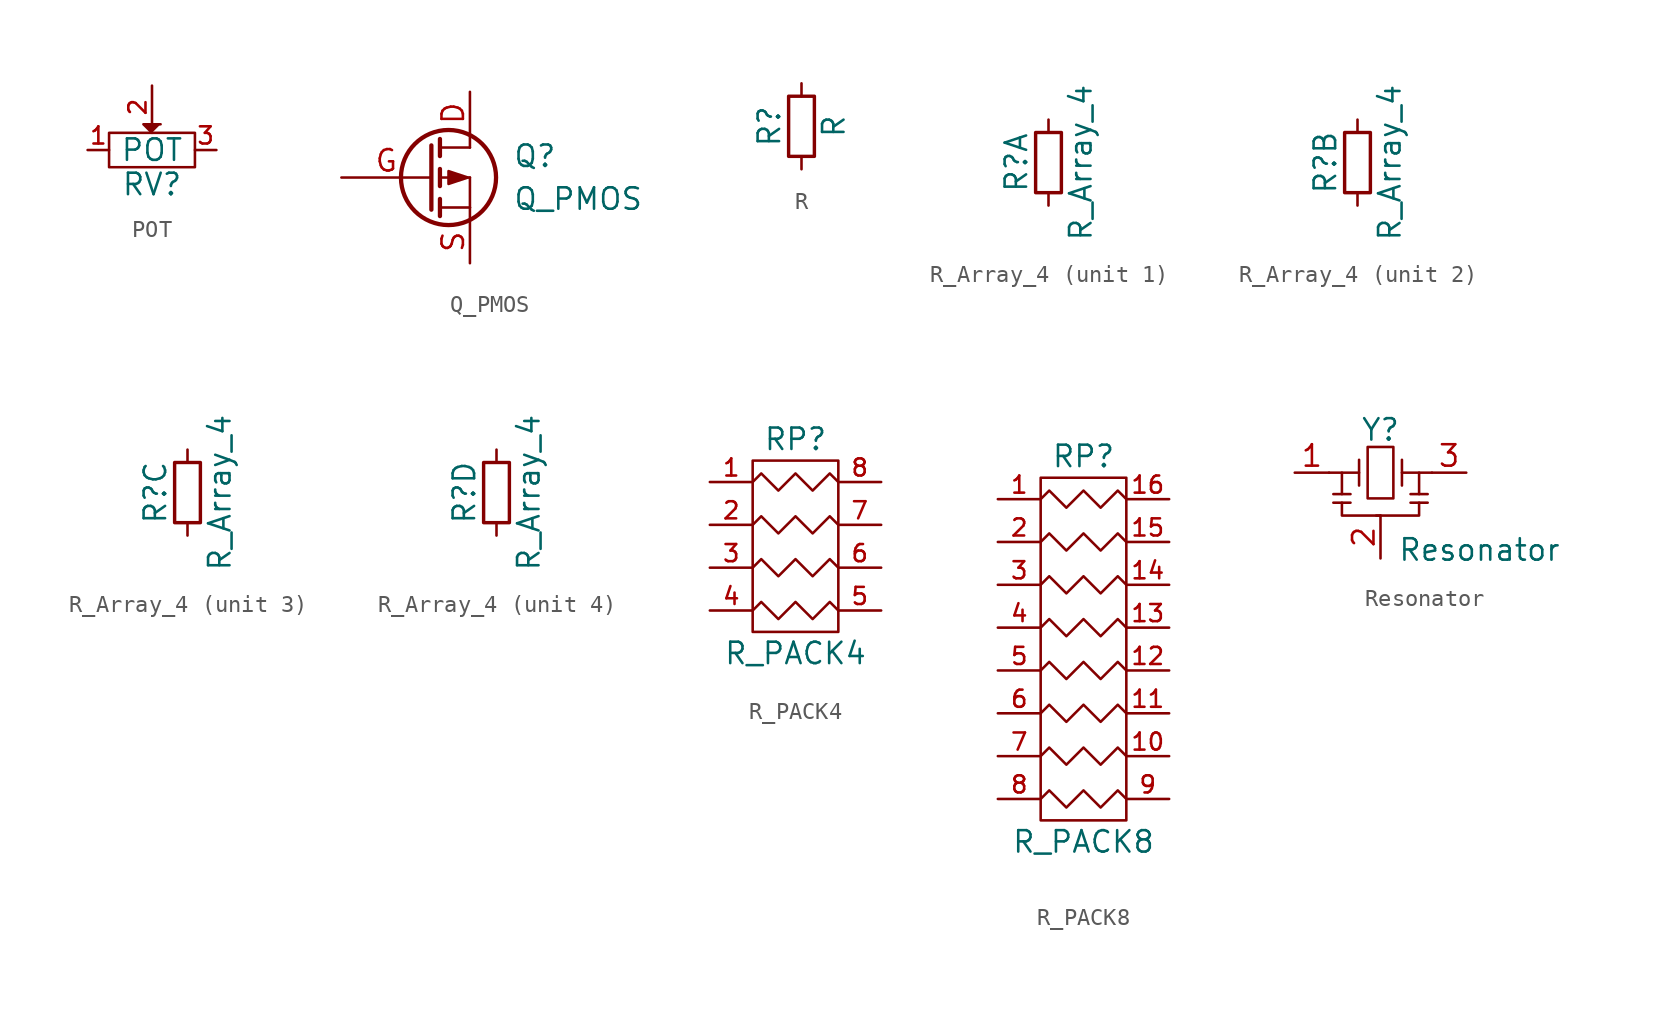
<source format=kicad_sym>
(kicad_symbol_lib
  (version 20220914)
  (generator kicad_symbol_editor)
  (symbol "POT"
    (pin_names
      (offset 1.016) hide)
    (property "Reference" "RV"
      (at 0 -2.032 0)
      (effects (font (size 1.27 1.27))))
    (property "Value" "POT"
      (at 0 0 0)
      (effects (font (size 1.27 1.27))))
    (property "Footprint" ""
      (at 0 0 0)
      (effects (font (size 1.27 1.27))))
    (property "Datasheet" ""
      (at 0 0 0)
      (effects (font (size 1.27 1.27))))
    (symbol "POT_0_1"
      (rectangle (start -2.54 1.016) (end 2.54 -1.016) (stroke (width 0) (type default)) (fill (type none)))
      (polyline (pts (xy 0 1.016) (xy -0.508 1.524) (xy 0.508 1.524)) (stroke (width 0) (type default)) (fill (type outline))))
    (symbol "POT_1_1"
      (pin passive line (at -3.81 0 0) (length 1.27) (name "1" (effects (font (size 1.016 1.016)))) (number "1" (effects (font (size 1.016 1.016)))))
      (pin passive line (at 0 3.81 270) (length 2.54) (name "2" (effects (font (size 1.016 1.016)))) (number "2" (effects (font (size 1.016 1.016)))))
      (pin passive line (at 3.81 0 180) (length 1.27) (name "3" (effects (font (size 1.016 1.016)))) (number "3" (effects (font (size 1.016 1.016)))))))
  (symbol "Q_PMOS"
    (pin_names
      (offset 0) hide)
    (property "Reference" "Q"
      (at 5.08 1.27 0)
      (effects (font (size 1.27 1.27)) (justify left)))
    (property "Value" "Q_PMOS"
      (at 5.08 -1.27 0)
      (effects (font (size 1.27 1.27)) (justify left)))
    (property "Footprint" ""
      (at 5.08 2.54 0)
      (effects (font (size 1.27 1.27))))
    (property "Datasheet" ""
      (at 0 0 0)
      (effects (font (size 1.27 1.27))))
    (symbol "Q_PMOS_0_1"
      (polyline (pts (xy 0.762 -1.778) (xy 2.54 -1.778)) (stroke (width 0) (type default)) (fill (type none)))
      (polyline (pts (xy 0.762 -1.27) (xy 0.762 -2.286)) (stroke (width 0.254) (type default)) (fill (type none)))
      (polyline (pts (xy 0.762 0) (xy 2.54 0)) (stroke (width 0) (type default)) (fill (type none)))
      (polyline (pts (xy 0.762 0.508) (xy 0.762 -0.508)) (stroke (width 0.254) (type default)) (fill (type none)))
      (polyline (pts (xy 0.762 1.778) (xy 2.54 1.778)) (stroke (width 0) (type default)) (fill (type none)))
      (polyline (pts (xy 0.762 2.286) (xy 0.762 1.27)) (stroke (width 0.254) (type default)) (fill (type none)))
      (polyline (pts (xy 2.54 -1.778) (xy 2.54 -2.54)) (stroke (width 0) (type default)) (fill (type none)))
      (polyline (pts (xy 2.54 -1.778) (xy 2.54 0)) (stroke (width 0) (type default)) (fill (type none)))
      (polyline (pts (xy 2.54 2.54) (xy 2.54 1.778)) (stroke (width 0) (type default)) (fill (type none)))
      (polyline (pts (xy 0.254 1.905) (xy 0.254 -1.905) (xy 0.254 -1.905)) (stroke (width 0.254) (type default)) (fill (type none)))
      (circle (center 1.27 0) (radius 2.819) (stroke (width 0.254) (type default)) (fill (type none))))
    (symbol "Q_PMOS_1_1"
      (polyline (pts (xy 2.413 0) (xy 1.27 0.381) (xy 1.27 -0.381) (xy 2.413 0)) (stroke (width 0) (type default)) (fill (type outline)))
      (pin passive line (at 2.54 5.08 270) (length 2.54) (name "D" (effects (font (size 1.27 1.27)))) (number "D" (effects (font (size 1.27 1.27)))))
      (pin input line (at -5.08 0 0) (length 5.334) (name "G" (effects (font (size 1.27 1.27)))) (number "G" (effects (font (size 1.27 1.27)))))
      (pin passive line (at 2.54 -5.08 90) (length 2.54) (name "S" (effects (font (size 1.27 1.27)))) (number "S" (effects (font (size 1.27 1.27)))))))
  (symbol "R"
    (pin_numbers hide)
    (pin_names
      (offset 0.254) hide)
    (property "Reference" "R"
      (at -1.905 0 90)
      (effects (font (size 1.27 1.27))))
    (property "Value" "R"
      (at 1.905 0 90)
      (effects (font (size 1.27 1.27))))
    (symbol "R_0_1"
      (rectangle (start -0.762 1.778) (end 0.762 -1.778) (stroke (width 0.203) (type default)) (fill (type none))))
    (symbol "R_1_1"
      (pin passive line (at 0 2.54 270) (length 0.762) (name "~" (effects (font (size 1.016 1.016)))) (number "1" (effects (font (size 1.016 1.016)))))
      (pin passive line (at 0 -2.54 90) (length 0.762) (name "~" (effects (font (size 1.016 1.016)))) (number "2" (effects (font (size 1.016 1.016)))))))
  (symbol "R_Array_4"
    (pin_numbers hide)
    (pin_names
      (offset 1.016) hide)
    (property "Reference" "R"
      (at -1.905 0 90)
      (effects (font (size 1.27 1.27))))
    (property "Value" "R_Array_4"
      (at 1.905 0 90)
      (effects (font (size 1.27 1.27))))
    (property "ki_locked" ""
      (at 0 0 0)
      (effects (font (size 1.27 1.27))))
    (symbol "R_Array_4_1_1"
      (rectangle (start -0.762 1.778) (end 0.762 -1.778) (stroke (width 0.203) (type default)) (fill (type none)))
      (pin passive line (at 0 2.54 270) (length 0.762) (name "~" (effects (font (size 1.016 1.016)))) (number "1" (effects (font (size 1.016 1.016)))))
      (pin passive line (at 0 -2.54 90) (length 0.762) (name "~" (effects (font (size 1.016 1.016)))) (number "2" (effects (font (size 1.016 1.016))))))
    (symbol "R_Array_4_2_1"
      (rectangle (start -0.762 1.778) (end 0.762 -1.778) (stroke (width 0.203) (type default)) (fill (type none)))
      (pin passive line (at 0 2.54 270) (length 0.762) (name "~" (effects (font (size 1.016 1.016)))) (number "3" (effects (font (size 1.016 1.016)))))
      (pin passive line (at 0 -2.54 90) (length 0.762) (name "~" (effects (font (size 1.016 1.016)))) (number "4" (effects (font (size 1.016 1.016))))))
    (symbol "R_Array_4_3_1"
      (rectangle (start -0.762 1.778) (end 0.762 -1.778) (stroke (width 0.203) (type default)) (fill (type none)))
      (pin passive line (at 0 2.54 270) (length 0.762) (name "~" (effects (font (size 1.016 1.016)))) (number "5" (effects (font (size 1.016 1.016)))))
      (pin passive line (at 0 -2.54 90) (length 0.762) (name "~" (effects (font (size 1.016 1.016)))) (number "6" (effects (font (size 1.016 1.016))))))
    (symbol "R_Array_4_4_1"
      (rectangle (start -0.762 1.778) (end 0.762 -1.778) (stroke (width 0.203) (type default)) (fill (type none)))
      (pin passive line (at 0 2.54 270) (length 0.762) (name "~" (effects (font (size 1.016 1.016)))) (number "7" (effects (font (size 1.016 1.016)))))
      (pin passive line (at 0 -2.54 90) (length 0.762) (name "~" (effects (font (size 1.016 1.016)))) (number "8" (effects (font (size 1.016 1.016)))))))
  (symbol "R_PACK4"
    (pin_names hide)
    (property "Reference" "RP"
      (at 0 11.43 0)
      (effects (font (size 1.27 1.27))))
    (property "Value" "R_PACK4"
      (at 0 -1.27 0)
      (effects (font (size 1.27 1.27))))
    (property "Footprint" ""
      (at 0 0 0)
      (effects (font (size 1.27 1.27))))
    (property "Datasheet" ""
      (at 0 0 0)
      (effects (font (size 1.27 1.27))))
    (symbol "R_PACK4_0_1"
      (polyline (pts (xy -2.54 10.16) (xy -2.54 0) (xy 2.54 0) (xy 2.54 10.16) (xy -2.54 10.16)) (stroke (width 0) (type default)) (fill (type none)))
      (polyline (pts (xy -2.54 1.27) (xy -2.032 1.778) (xy -1.016 0.762) (xy 0 1.778) (xy 1.016 0.762) (xy 2.032 1.778) (xy 2.54 1.27)) (stroke (width 0) (type default)) (fill (type none)))
      (polyline (pts (xy -2.54 3.81) (xy -2.032 4.318) (xy -1.016 3.302) (xy 0 4.318) (xy 1.016 3.302) (xy 2.032 4.318) (xy 2.54 3.81)) (stroke (width 0) (type default)) (fill (type none)))
      (polyline (pts (xy -2.54 6.35) (xy -2.032 6.858) (xy -1.016 5.842) (xy 0 6.858) (xy 1.016 5.842) (xy 2.032 6.858) (xy 2.54 6.35)) (stroke (width 0) (type default)) (fill (type none)))
      (polyline (pts (xy -2.54 8.89) (xy -2.032 9.398) (xy -1.016 8.382) (xy 0 9.398) (xy 1.016 8.382) (xy 2.032 9.398) (xy 2.54 8.89)) (stroke (width 0) (type default)) (fill (type none))))
    (symbol "R_PACK4_1_1"
      (pin passive line (at -5.08 8.89 0) (length 2.54) (name "P1" (effects (font (size 1.016 1.016)))) (number "1" (effects (font (size 1.016 1.016)))))
      (pin passive line (at -5.08 6.35 0) (length 2.54) (name "P2" (effects (font (size 1.016 1.016)))) (number "2" (effects (font (size 1.016 1.016)))))
      (pin passive line (at -5.08 3.81 0) (length 2.54) (name "P3" (effects (font (size 1.016 1.016)))) (number "3" (effects (font (size 1.016 1.016)))))
      (pin passive line (at -5.08 1.27 0) (length 2.54) (name "P4" (effects (font (size 1.016 1.016)))) (number "4" (effects (font (size 1.016 1.016)))))
      (pin passive line (at 5.08 1.27 180) (length 2.54) (name "R4" (effects (font (size 1.016 1.016)))) (number "5" (effects (font (size 1.016 1.016)))))
      (pin passive line (at 5.08 3.81 180) (length 2.54) (name "R3" (effects (font (size 1.016 1.016)))) (number "6" (effects (font (size 1.016 1.016)))))
      (pin passive line (at 5.08 6.35 180) (length 2.54) (name "R2" (effects (font (size 1.016 1.016)))) (number "7" (effects (font (size 1.016 1.016)))))
      (pin passive line (at 5.08 8.89 180) (length 2.54) (name "R1" (effects (font (size 1.016 1.016)))) (number "8" (effects (font (size 1.016 1.016)))))))
  (symbol "R_PACK8"
    (pin_names hide)
    (property "Reference" "RP"
      (at 0 11.43 0)
      (effects (font (size 1.27 1.27))))
    (property "Value" "R_PACK8"
      (at 0 -11.43 0)
      (effects (font (size 1.27 1.27))))
    (property "Footprint" ""
      (at 0 0 0)
      (effects (font (size 1.27 1.27))))
    (property "Datasheet" ""
      (at 0 0 0)
      (effects (font (size 1.27 1.27))))
    (symbol "R_PACK8_0_1"
      (rectangle (start -2.54 10.16) (end 2.54 -10.16) (stroke (width 0) (type default)) (fill (type none)))
      (polyline (pts (xy -2.54 -8.89) (xy -2.032 -8.382) (xy -1.016 -9.398) (xy 0 -8.382) (xy 1.016 -9.398) (xy 2.032 -8.382) (xy 2.54 -8.89)) (stroke (width 0) (type default)) (fill (type none)))
      (polyline (pts (xy -2.54 -6.35) (xy -2.032 -5.842) (xy -1.016 -6.858) (xy 0 -5.842) (xy 1.016 -6.858) (xy 2.032 -5.842) (xy 2.54 -6.35)) (stroke (width 0) (type default)) (fill (type none)))
      (polyline (pts (xy -2.54 -3.81) (xy -2.032 -3.302) (xy -1.016 -4.318) (xy 0 -3.302) (xy 1.016 -4.318) (xy 2.032 -3.302) (xy 2.54 -3.81)) (stroke (width 0) (type default)) (fill (type none)))
      (polyline (pts (xy -2.54 -1.27) (xy -2.032 -0.762) (xy -1.016 -1.778) (xy 0 -0.762) (xy 1.016 -1.778) (xy 2.032 -0.762) (xy 2.54 -1.27)) (stroke (width 0) (type default)) (fill (type none)))
      (polyline (pts (xy -2.54 1.27) (xy -2.032 1.778) (xy -1.016 0.762) (xy 0 1.778) (xy 1.016 0.762) (xy 2.032 1.778) (xy 2.54 1.27)) (stroke (width 0) (type default)) (fill (type none)))
      (polyline (pts (xy -2.54 3.81) (xy -2.032 4.318) (xy -1.016 3.302) (xy 0 4.318) (xy 1.016 3.302) (xy 2.032 4.318) (xy 2.54 3.81)) (stroke (width 0) (type default)) (fill (type none)))
      (polyline (pts (xy -2.54 6.35) (xy -2.032 6.858) (xy -1.016 5.842) (xy 0 6.858) (xy 1.016 5.842) (xy 2.032 6.858) (xy 2.54 6.35)) (stroke (width 0) (type default)) (fill (type none)))
      (polyline (pts (xy -2.54 8.89) (xy -2.032 9.398) (xy -1.016 8.382) (xy 0 9.398) (xy 1.016 8.382) (xy 2.032 9.398) (xy 2.54 8.89)) (stroke (width 0) (type default)) (fill (type none))))
    (symbol "R_PACK8_1_1"
      (pin passive line (at -5.08 8.89 0) (length 2.54) (name "P1" (effects (font (size 1.016 1.016)))) (number "1" (effects (font (size 1.016 1.016)))))
      (pin passive line (at 5.08 -6.35 180) (length 2.54) (name "R7" (effects (font (size 1.016 1.016)))) (number "10" (effects (font (size 1.016 1.016)))))
      (pin passive line (at 5.08 -3.81 180) (length 2.54) (name "R6" (effects (font (size 1.016 1.016)))) (number "11" (effects (font (size 1.016 1.016)))))
      (pin passive line (at 5.08 -1.27 180) (length 2.54) (name "R5" (effects (font (size 1.016 1.016)))) (number "12" (effects (font (size 1.016 1.016)))))
      (pin passive line (at 5.08 1.27 180) (length 2.54) (name "R4" (effects (font (size 1.016 1.016)))) (number "13" (effects (font (size 1.016 1.016)))))
      (pin passive line (at 5.08 3.81 180) (length 2.54) (name "R3" (effects (font (size 1.016 1.016)))) (number "14" (effects (font (size 1.016 1.016)))))
      (pin passive line (at 5.08 6.35 180) (length 2.54) (name "R2" (effects (font (size 1.016 1.016)))) (number "15" (effects (font (size 1.016 1.016)))))
      (pin passive line (at 5.08 8.89 180) (length 2.54) (name "R1" (effects (font (size 1.016 1.016)))) (number "16" (effects (font (size 1.016 1.016)))))
      (pin passive line (at -5.08 6.35 0) (length 2.54) (name "P2" (effects (font (size 1.016 1.016)))) (number "2" (effects (font (size 1.016 1.016)))))
      (pin passive line (at -5.08 3.81 0) (length 2.54) (name "P3" (effects (font (size 1.016 1.016)))) (number "3" (effects (font (size 1.016 1.016)))))
      (pin passive line (at -5.08 1.27 0) (length 2.54) (name "P4" (effects (font (size 1.016 1.016)))) (number "4" (effects (font (size 1.016 1.016)))))
      (pin passive line (at -5.08 -1.27 0) (length 2.54) (name "P5" (effects (font (size 1.016 1.016)))) (number "5" (effects (font (size 1.016 1.016)))))
      (pin passive line (at -5.08 -3.81 0) (length 2.54) (name "P6" (effects (font (size 1.016 1.016)))) (number "6" (effects (font (size 1.016 1.016)))))
      (pin passive line (at -5.08 -6.35 0) (length 2.54) (name "P7" (effects (font (size 1.016 1.016)))) (number "7" (effects (font (size 1.016 1.016)))))
      (pin passive line (at -5.08 -8.89 0) (length 2.54) (name "P8" (effects (font (size 1.016 1.016)))) (number "8" (effects (font (size 1.016 1.016)))))
      (pin passive line (at 5.08 -8.89 180) (length 2.54) (name "R8" (effects (font (size 1.016 1.016)))) (number "9" (effects (font (size 1.016 1.016)))))))
  (symbol "Resonator"
    (pin_names
      (offset 1.016) hide)
    (property "Reference" "Y"
      (at 0 2.54 0)
      (effects (font (size 1.27 1.27))))
    (property "Value" "Resonator"
      (at 1.016 -4.572 0)
      (effects (font (size 1.27 1.27)) (justify left)))
    (symbol "Resonator_0_1"
      (rectangle (start -0.762 -1.524) (end 0.762 1.524) (stroke (width 0) (type default)) (fill (type none)))
      (polyline (pts (xy -3.048 0) (xy -1.27 0)) (stroke (width 0) (type default)) (fill (type none)))
      (polyline (pts (xy -2.794 -1.778) (xy -1.778 -1.778)) (stroke (width 0) (type default)) (fill (type none)))
      (polyline (pts (xy -2.286 0) (xy -2.286 -1.27)) (stroke (width 0) (type default)) (fill (type none)))
      (polyline (pts (xy -1.27 -0.762) (xy -1.27 0.762)) (stroke (width 0) (type default)) (fill (type none)))
      (polyline (pts (xy 1.27 -0.762) (xy 1.27 0.762)) (stroke (width 0) (type default)) (fill (type none)))
      (polyline (pts (xy 1.27 0) (xy 3.048 0)) (stroke (width 0) (type default)) (fill (type none)))
      (polyline (pts (xy 1.778 -1.778) (xy 2.794 -1.778)) (stroke (width 0) (type default)) (fill (type none)))
      (polyline (pts (xy 1.778 -1.27) (xy 2.794 -1.27)) (stroke (width 0) (type default)) (fill (type none)))
      (polyline (pts (xy 2.286 0) (xy 2.286 -1.27)) (stroke (width 0) (type default)) (fill (type none)))
      (polyline (pts (xy -2.286 -1.778) (xy -2.286 -2.54) (xy 0 -2.54)) (stroke (width 0) (type default)) (fill (type none)))
      (polyline (pts (xy 2.286 -1.778) (xy 2.286 -2.54) (xy -0.254 -2.54)) (stroke (width 0) (type default)) (fill (type none))))
    (symbol "Resonator_1_1"
      (polyline (pts (xy -2.794 -1.27) (xy -1.778 -1.27)) (stroke (width 0) (type default)) (fill (type none)))
      (pin passive line (at -5.08 0 0) (length 2.032) (name "1" (effects (font (size 1.27 1.27)))) (number "1" (effects (font (size 1.27 1.27)))))
      (pin input line (at 0 -5.08 90) (length 2.54) (name "2" (effects (font (size 1.27 1.27)))) (number "2" (effects (font (size 1.27 1.27)))))
      (pin passive line (at 5.08 0 180) (length 2.032) (name "3" (effects (font (size 1.27 1.27)))) (number "3" (effects (font (size 1.27 1.27))))))))
</source>
